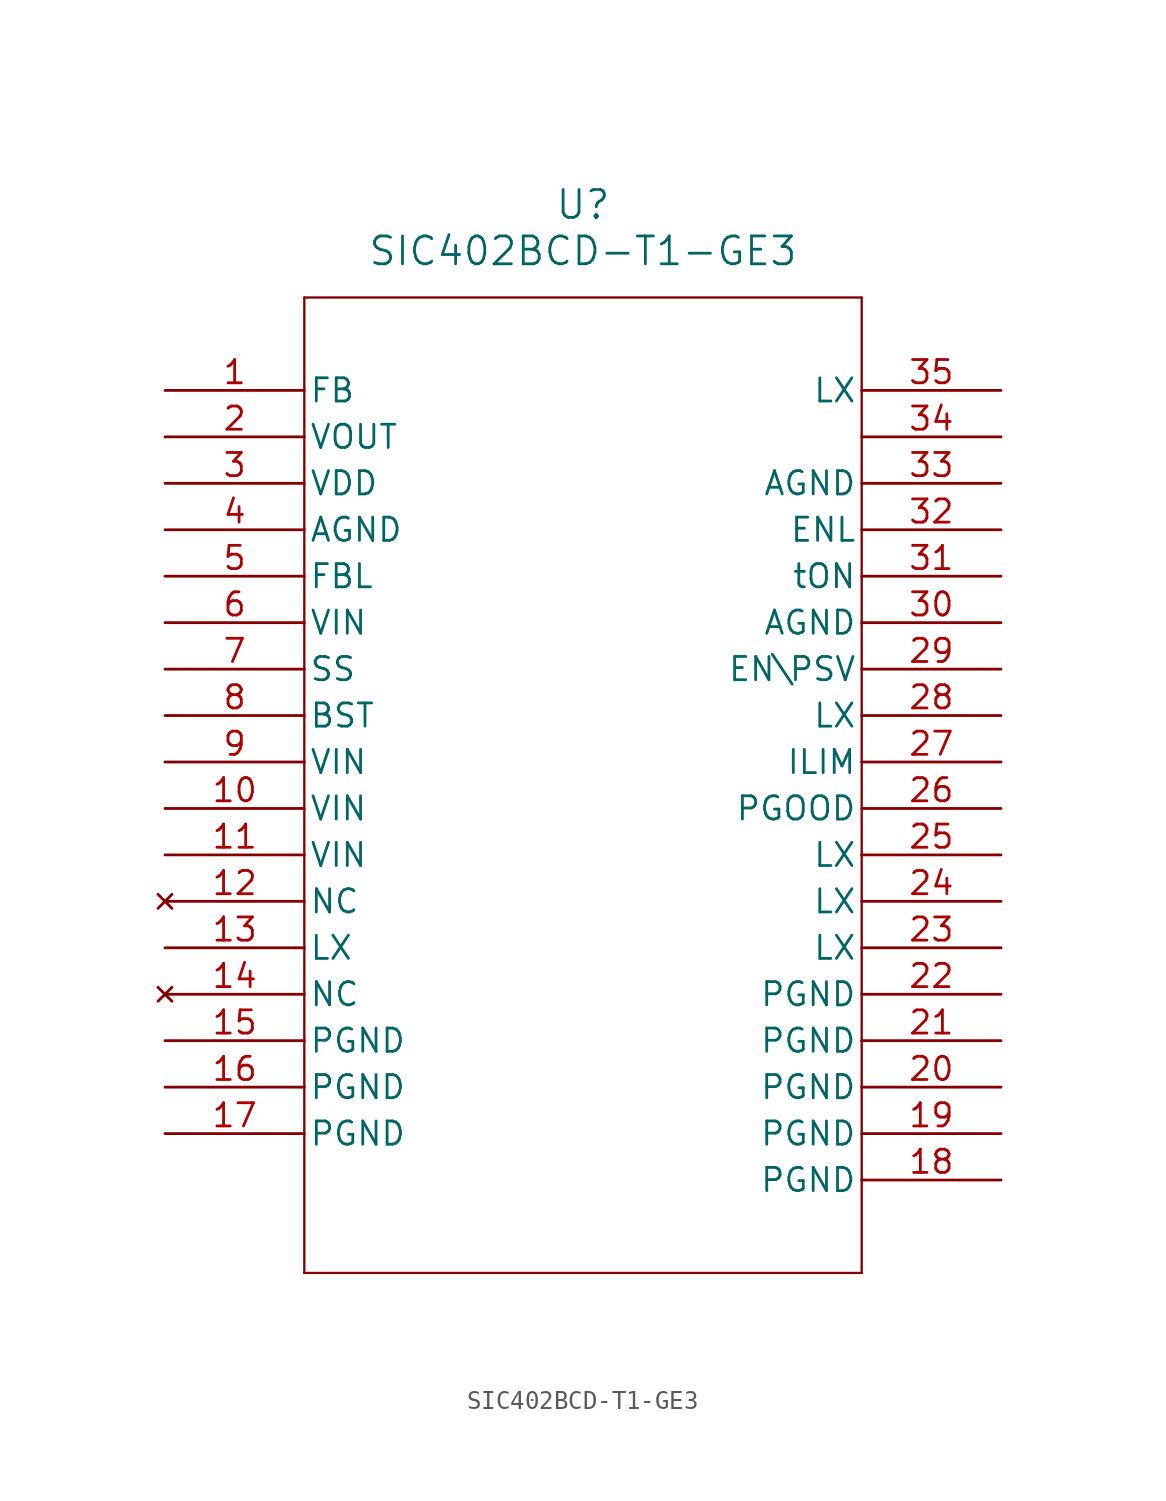
<source format=kicad_sym>
(kicad_symbol_lib
  (version 20211014)
  (generator kicad_symbol_editor)
  (symbol "SIC402BCD-T1-GE3"
    (pin_names
      (offset 0.254))
    (property "Reference" "U"
      (at 22.86 10.16 0)
      (effects (font (size 1.524 1.524))))
    (property "Value" "SIC402BCD-T1-GE3"
      (at 22.86 7.62 0)
      (effects (font (size 1.524 1.524))))
    (symbol "SIC402BCD-T1-GE3_0_1"
      (polyline (pts (xy 7.62 5.08) (xy 7.62 -48.26)) (stroke (width 0.127) (type default) (color 0 0 0 0)) (fill (type none)))
      (polyline (pts (xy 7.62 -48.26) (xy 38.1 -48.26)) (stroke (width 0.127) (type default) (color 0 0 0 0)) (fill (type none)))
      (polyline (pts (xy 38.1 -48.26) (xy 38.1 5.08)) (stroke (width 0.127) (type default) (color 0 0 0 0)) (fill (type none)))
      (polyline (pts (xy 38.1 5.08) (xy 7.62 5.08)) (stroke (width 0.127) (type default) (color 0 0 0 0)) (fill (type none)))
      (pin unspecified line (at 0 0 0) (length 7.62) (name "FB" (effects (font (size 1.27 1.27)))) (number "1" (effects (font (size 1.27 1.27)))))
      (pin output line (at 0 -2.54 0) (length 7.62) (name "VOUT" (effects (font (size 1.27 1.27)))) (number "2" (effects (font (size 1.27 1.27)))))
      (pin power_in line (at 0 -5.08 0) (length 7.62) (name "VDD" (effects (font (size 1.27 1.27)))) (number "3" (effects (font (size 1.27 1.27)))))
      (pin power_out line (at 0 -7.62 0) (length 7.62) (name "AGND" (effects (font (size 1.27 1.27)))) (number "4" (effects (font (size 1.27 1.27)))))
      (pin unspecified line (at 0 -10.16 0) (length 7.62) (name "FBL" (effects (font (size 1.27 1.27)))) (number "5" (effects (font (size 1.27 1.27)))))
      (pin unspecified line (at 0 -12.7 0) (length 7.62) (name "VIN" (effects (font (size 1.27 1.27)))) (number "6" (effects (font (size 1.27 1.27)))))
      (pin unspecified line (at 0 -15.24 0) (length 7.62) (name "SS" (effects (font (size 1.27 1.27)))) (number "7" (effects (font (size 1.27 1.27)))))
      (pin unspecified line (at 0 -17.78 0) (length 7.62) (name "BST" (effects (font (size 1.27 1.27)))) (number "8" (effects (font (size 1.27 1.27)))))
      (pin unspecified line (at 0 -20.32 0) (length 7.62) (name "VIN" (effects (font (size 1.27 1.27)))) (number "9" (effects (font (size 1.27 1.27)))))
      (pin unspecified line (at 0 -22.86 0) (length 7.62) (name "VIN" (effects (font (size 1.27 1.27)))) (number "10" (effects (font (size 1.27 1.27)))))
      (pin unspecified line (at 0 -25.4 0) (length 7.62) (name "VIN" (effects (font (size 1.27 1.27)))) (number "11" (effects (font (size 1.27 1.27)))))
      (pin no_connect line (at 0 -27.94 0) (length 7.62) (name "NC" (effects (font (size 1.27 1.27)))) (number "12" (effects (font (size 1.27 1.27)))))
      (pin unspecified line (at 0 -30.48 0) (length 7.62) (name "LX" (effects (font (size 1.27 1.27)))) (number "13" (effects (font (size 1.27 1.27)))))
      (pin no_connect line (at 0 -33.02 0) (length 7.62) (name "NC" (effects (font (size 1.27 1.27)))) (number "14" (effects (font (size 1.27 1.27)))))
      (pin power_out line (at 0 -35.56 0) (length 7.62) (name "PGND" (effects (font (size 1.27 1.27)))) (number "15" (effects (font (size 1.27 1.27)))))
      (pin power_out line (at 0 -38.1 0) (length 7.62) (name "PGND" (effects (font (size 1.27 1.27)))) (number "16" (effects (font (size 1.27 1.27)))))
      (pin power_out line (at 0 -40.64 0) (length 7.62) (name "PGND" (effects (font (size 1.27 1.27)))) (number "17" (effects (font (size 1.27 1.27)))))
      (pin power_out line (at 45.72 -43.18 180) (length 7.62) (name "PGND" (effects (font (size 1.27 1.27)))) (number "18" (effects (font (size 1.27 1.27)))))
      (pin power_out line (at 45.72 -40.64 180) (length 7.62) (name "PGND" (effects (font (size 1.27 1.27)))) (number "19" (effects (font (size 1.27 1.27)))))
      (pin power_out line (at 45.72 -38.1 180) (length 7.62) (name "PGND" (effects (font (size 1.27 1.27)))) (number "20" (effects (font (size 1.27 1.27)))))
      (pin power_out line (at 45.72 -35.56 180) (length 7.62) (name "PGND" (effects (font (size 1.27 1.27)))) (number "21" (effects (font (size 1.27 1.27)))))
      (pin power_out line (at 45.72 -33.02 180) (length 7.62) (name "PGND" (effects (font (size 1.27 1.27)))) (number "22" (effects (font (size 1.27 1.27)))))
      (pin unspecified line (at 45.72 -30.48 180) (length 7.62) (name "LX" (effects (font (size 1.27 1.27)))) (number "23" (effects (font (size 1.27 1.27)))))
      (pin unspecified line (at 45.72 -27.94 180) (length 7.62) (name "LX" (effects (font (size 1.27 1.27)))) (number "24" (effects (font (size 1.27 1.27)))))
      (pin unspecified line (at 45.72 -25.4 180) (length 7.62) (name "LX" (effects (font (size 1.27 1.27)))) (number "25" (effects (font (size 1.27 1.27)))))
      (pin power_in line (at 45.72 -22.86 180) (length 7.62) (name "PGOOD" (effects (font (size 1.27 1.27)))) (number "26" (effects (font (size 1.27 1.27)))))
      (pin unspecified line (at 45.72 -20.32 180) (length 7.62) (name "ILIM" (effects (font (size 1.27 1.27)))) (number "27" (effects (font (size 1.27 1.27)))))
      (pin unspecified line (at 45.72 -17.78 180) (length 7.62) (name "LX" (effects (font (size 1.27 1.27)))) (number "28" (effects (font (size 1.27 1.27)))))
      (pin unspecified line (at 45.72 -15.24 180) (length 7.62) (name "EN\PSV" (effects (font (size 1.27 1.27)))) (number "29" (effects (font (size 1.27 1.27)))))
      (pin power_out line (at 45.72 -12.7 180) (length 7.62) (name "AGND" (effects (font (size 1.27 1.27)))) (number "30" (effects (font (size 1.27 1.27)))))
      (pin unspecified line (at 45.72 -10.16 180) (length 7.62) (name "tON" (effects (font (size 1.27 1.27)))) (number "31" (effects (font (size 1.27 1.27)))))
      (pin unspecified line (at 45.72 -7.62 180) (length 7.62) (name "ENL" (effects (font (size 1.27 1.27)))) (number "32" (effects (font (size 1.27 1.27)))))
      (pin power_out line (at 45.72 -5.08 180) (length 7.62) (name "AGND" (effects (font (size 1.27 1.27)))) (number "33" (effects (font (size 1.27 1.27)))))
      (pin unspecified line (at 45.72 -2.54 180) (length 7.62) (name "" (effects (font (size 1.27 1.27)))) (number "34" (effects (font (size 1.27 1.27)))))
      (pin unspecified line (at 45.72 0 180) (length 7.62) (name "LX" (effects (font (size 1.27 1.27)))) (number "35" (effects (font (size 1.27 1.27))))))))
</source>
